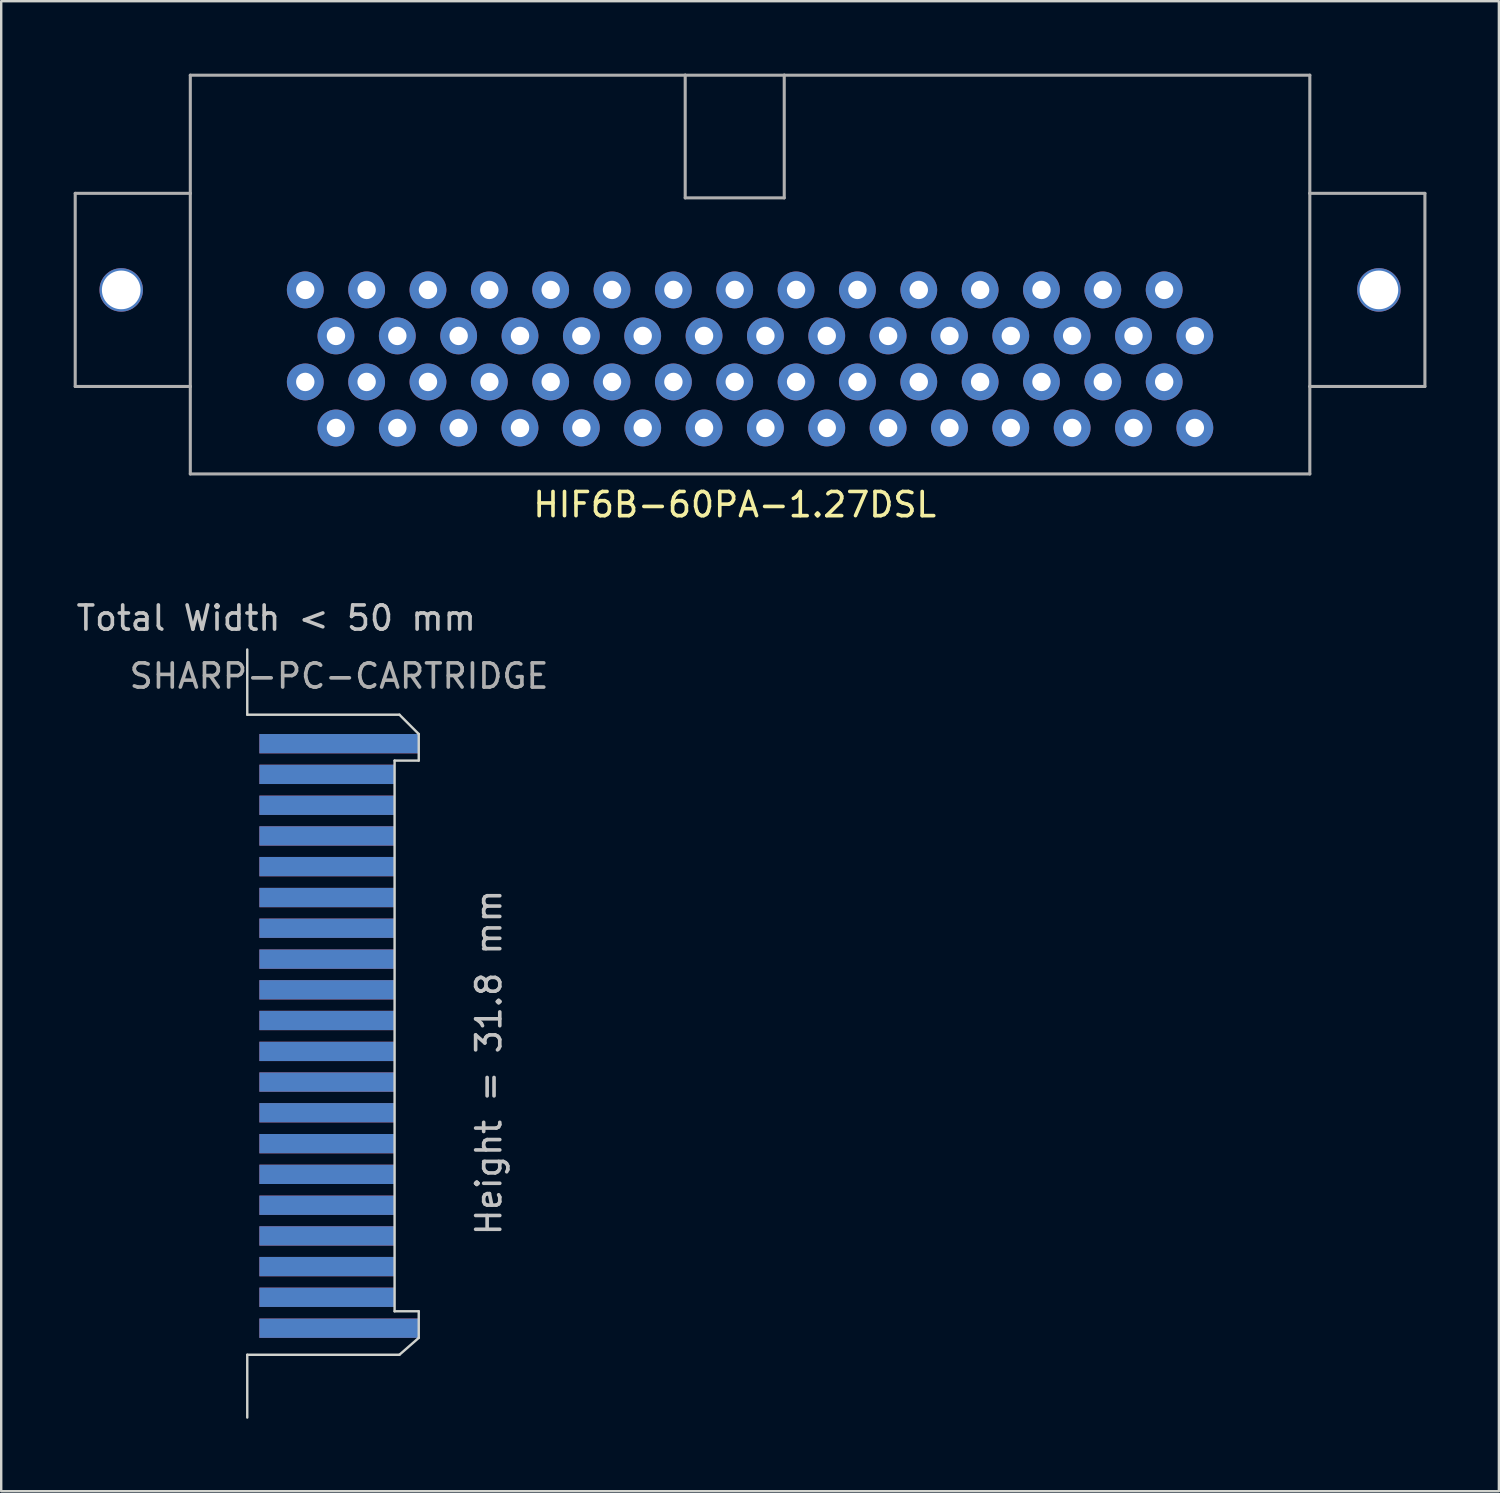
<source format=kicad_pcb>
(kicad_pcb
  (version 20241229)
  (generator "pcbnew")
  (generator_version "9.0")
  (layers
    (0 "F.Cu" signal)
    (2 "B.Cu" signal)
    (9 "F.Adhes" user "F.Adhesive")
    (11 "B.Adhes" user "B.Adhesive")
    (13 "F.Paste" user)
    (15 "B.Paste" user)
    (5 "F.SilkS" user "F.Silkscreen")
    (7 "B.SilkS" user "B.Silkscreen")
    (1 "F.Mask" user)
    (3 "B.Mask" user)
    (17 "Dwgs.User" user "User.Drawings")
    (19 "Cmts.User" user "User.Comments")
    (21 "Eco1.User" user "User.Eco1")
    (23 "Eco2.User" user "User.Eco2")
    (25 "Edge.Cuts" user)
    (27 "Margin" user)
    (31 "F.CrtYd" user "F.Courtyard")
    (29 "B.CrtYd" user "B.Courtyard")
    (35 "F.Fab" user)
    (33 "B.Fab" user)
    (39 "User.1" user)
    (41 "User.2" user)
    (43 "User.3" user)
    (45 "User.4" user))
  (footprint "SHARP-PC-CARTRIDGE"
    (layer "F.Cu")
    (at 7.187 23.84)
    (property "Reference" "SHARP-PC-CARTRIDGE" (at 3.8 1.1 180) (layer "F.Fab") (effects (font (size 1 1) (thickness 0.15))))
    (attr smd)
    (fp_poly (pts (xy 0.5 29.2) (xy 6.3 29.2) (xy 7.1 28.5) (xy 7.1 27.4) (xy 6.1 27.4) (xy 6.1 4.6) (xy 7.1 4.6) (xy 7.1 3.5) (xy 6.3 2.7) (xy 0.5 2.7)) (stroke (width 0.05) (type solid)) (fill yes) (layer "F.Mask"))
    (fp_poly (pts (xy 0.5 29.2) (xy 6.3 29.2) (xy 7.1 28.5) (xy 7.1 27.4) (xy 6.1 27.4) (xy 6.1 4.6) (xy 7.1 4.6) (xy 7.1 3.5) (xy 6.3 2.7) (xy 0.5 2.7)) (stroke (width 0.05) (type solid)) (fill yes) (layer "B.Mask"))
    (fp_line (start 0 0) (end 0 2.7) (stroke (width 0.1) (type solid)) (layer "Edge.Cuts"))
    (fp_line (start 0 2.7) (end 6.3 2.7) (stroke (width 0.1) (type solid)) (layer "Edge.Cuts"))
    (fp_line (start 0 29.2) (end 0 31.8) (stroke (width 0.1) (type solid)) (layer "Edge.Cuts"))
    (fp_line (start 6.1 4.6) (end 6.1 27.4) (stroke (width 0.1) (type solid)) (layer "Edge.Cuts"))
    (fp_line (start 6.1 27.4) (end 7.1 27.4) (stroke (width 0.1) (type solid)) (layer "Edge.Cuts"))
    (fp_line (start 6.3 2.7) (end 7.1 3.5) (stroke (width 0.1) (type solid)) (layer "Edge.Cuts"))
    (fp_line (start 6.3 29.2) (end 0 29.2) (stroke (width 0.1) (type solid)) (layer "Edge.Cuts"))
    (fp_line (start 7.1 3.5) (end 7.1 4.6) (stroke (width 0.1) (type solid)) (layer "Edge.Cuts"))
    (fp_line (start 7.1 4.6) (end 6.1 4.6) (stroke (width 0.1) (type solid)) (layer "Edge.Cuts"))
    (fp_line (start 7.1 27.4) (end 7.1 28.5) (stroke (width 0.1) (type solid)) (layer "Edge.Cuts"))
    (fp_line (start 7.1 28.5) (end 6.3 29.2) (stroke (width 0.1) (type solid)) (layer "Edge.Cuts"))
    (fp_text user "Height = 31.8 mm" (at 10 17.1 270) (layer "Dwgs.User") (effects (font (size 1 1) (thickness 0.15))))
    (fp_text user "Total Width < 50 mm" (at 1.2 -1.3 0) (layer "Dwgs.User") (effects (font (size 1 1) (thickness 0.15))))
    (pad "1" smd rect (at 3.8 28.1 180) (size 6.6 0.8) (layers "F.Cu" "F.Mask" "F.Paste"))
    (pad "2" smd rect (at 3.3 26.82 180) (size 5.6 0.8) (layers "F.Cu" "F.Mask" "F.Paste"))
    (pad "3" smd rect (at 3.3 25.55 180) (size 5.6 0.8) (layers "F.Cu" "F.Mask" "F.Paste"))
    (pad "4" smd rect (at 3.3 24.28 180) (size 5.6 0.8) (layers "F.Cu" "F.Mask" "F.Paste"))
    (pad "5" smd rect (at 3.3 23.01 180) (size 5.6 0.8) (layers "F.Cu" "F.Mask" "F.Paste"))
    (pad "6" smd rect (at 3.3 21.73 180) (size 5.6 0.8) (layers "F.Cu" "F.Mask" "F.Paste"))
    (pad "7" smd rect (at 3.3 20.46 180) (size 5.6 0.8) (layers "F.Cu" "F.Mask" "F.Paste"))
    (pad "8" smd rect (at 3.3 19.18 180) (size 5.6 0.8) (layers "F.Cu" "F.Mask" "F.Paste"))
    (pad "9" smd rect (at 3.3 17.91 180) (size 5.6 0.8) (layers "F.Cu" "F.Mask" "F.Paste"))
    (pad "10" smd rect (at 3.3 16.64 180) (size 5.6 0.8) (layers "F.Cu" "F.Mask" "F.Paste"))
    (pad "11" smd rect (at 3.3 15.36 180) (size 5.6 0.8) (layers "F.Cu" "F.Mask" "F.Paste"))
    (pad "12" smd rect (at 3.3 14.09 180) (size 5.6 0.8) (layers "F.Cu" "F.Mask" "F.Paste"))
    (pad "13" smd rect (at 3.3 12.82 180) (size 5.6 0.8) (layers "F.Cu" "F.Mask" "F.Paste"))
    (pad "14" smd rect (at 3.3 11.54 180) (size 5.6 0.8) (layers "F.Cu" "F.Mask" "F.Paste"))
    (pad "15" smd rect (at 3.3 10.27 180) (size 5.6 0.8) (layers "F.Cu" "F.Mask" "F.Paste"))
    (pad "16" smd rect (at 3.3 8.99 180) (size 5.6 0.8) (layers "F.Cu" "F.Mask" "F.Paste"))
    (pad "17" smd rect (at 3.3 7.72 180) (size 5.6 0.8) (layers "F.Cu" "F.Mask" "F.Paste"))
    (pad "18" smd rect (at 3.3 6.45 180) (size 5.6 0.8) (layers "F.Cu" "F.Mask" "F.Paste"))
    (pad "19" smd rect (at 3.3 5.17 180) (size 5.6 0.8) (layers "F.Cu" "F.Mask" "F.Paste"))
    (pad "20" smd rect (at 3.8 3.9 180) (size 6.6 0.8) (layers "F.Cu" "F.Mask" "F.Paste"))
    (pad "21" smd rect (at 3.8 28.1 180) (size 6.6 0.8) (layers "B.Cu" "B.Mask" "B.Paste"))
    (pad "22" smd rect (at 3.3 26.82 180) (size 5.6 0.8) (layers "B.Cu" "B.Mask" "B.Paste"))
    (pad "23" smd rect (at 3.3 25.55 180) (size 5.6 0.8) (layers "B.Cu" "B.Mask" "B.Paste"))
    (pad "24" smd rect (at 3.3 24.28 180) (size 5.6 0.8) (layers "B.Cu" "B.Mask" "B.Paste"))
    (pad "25" smd rect (at 3.3 23.01 180) (size 5.6 0.8) (layers "B.Cu" "B.Mask" "B.Paste"))
    (pad "26" smd rect (at 3.3 21.73 180) (size 5.6 0.8) (layers "B.Cu" "B.Mask" "B.Paste"))
    (pad "27" smd rect (at 3.3 20.46 180) (size 5.6 0.8) (layers "B.Cu" "B.Mask" "B.Paste"))
    (pad "28" smd rect (at 3.3 19.18 180) (size 5.6 0.8) (layers "B.Cu" "B.Mask" "B.Paste"))
    (pad "29" smd rect (at 3.3 17.91 180) (size 5.6 0.8) (layers "B.Cu" "B.Mask" "B.Paste"))
    (pad "30" smd rect (at 3.3 16.64 180) (size 5.6 0.8) (layers "B.Cu" "B.Mask" "B.Paste"))
    (pad "31" smd rect (at 3.3 15.36 180) (size 5.6 0.8) (layers "B.Cu" "B.Mask" "B.Paste"))
    (pad "32" smd rect (at 3.3 14.09 180) (size 5.6 0.8) (layers "B.Cu" "B.Mask" "B.Paste"))
    (pad "33" smd rect (at 3.3 12.82 180) (size 5.6 0.8) (layers "B.Cu" "B.Mask" "B.Paste"))
    (pad "34" smd rect (at 3.3 11.54 180) (size 5.6 0.8) (layers "B.Cu" "B.Mask" "B.Paste"))
    (pad "35" smd rect (at 3.3 10.27 180) (size 5.6 0.8) (layers "B.Cu" "B.Mask" "B.Paste"))
    (pad "36" smd rect (at 3.3 8.99 180) (size 5.6 0.8) (layers "B.Cu" "B.Mask" "B.Paste"))
    (pad "37" smd rect (at 3.3 7.72 180) (size 5.6 0.8) (layers "B.Cu" "B.Mask" "B.Paste"))
    (pad "38" smd rect (at 3.3 6.45 180) (size 5.6 0.8) (layers "B.Cu" "B.Mask" "B.Paste"))
    (pad "39" smd rect (at 3.3 5.17 180) (size 5.6 0.8) (layers "B.Cu" "B.Mask" "B.Paste"))
    (pad "40" smd rect (at 3.8 3.9 180) (size 6.6 0.8) (layers "B.Cu" "B.Mask" "B.Paste")))
  (footprint "HIF6B-60PA-1.27DSL"
    (layer "F.Cu")
    (at 27.369 11.493)
    (property "Reference" "HIF6B-60PA-1.27DSL" (at 0 6.35 0) (layer "F.SilkS") (effects (font (size 1 1) (thickness 0.15))))
    (attr exclude_from_pos_files exclude_from_bom)
    (fp_line (start -27.305 -6.538) (end -22.54 -6.538) (stroke (width 0.127) (type solid)) (layer "F.Fab"))
    (fp_line (start -27.305 1.458) (end -27.305 -6.538) (stroke (width 0.127) (type solid)) (layer "F.Fab"))
    (fp_line (start -22.54 -11.43) (end -22.54 -6.538) (stroke (width 0.127) (type solid)) (layer "F.Fab"))
    (fp_line (start -22.54 -6.538) (end -22.54 1.458) (stroke (width 0.127) (type solid)) (layer "F.Fab"))
    (fp_line (start -22.54 1.458) (end -27.305 1.458) (stroke (width 0.127) (type solid)) (layer "F.Fab"))
    (fp_line (start -22.54 1.458) (end -22.54 5.08) (stroke (width 0.127) (type solid)) (layer "F.Fab"))
    (fp_line (start -22.54 5.08) (end 23.81 5.08) (stroke (width 0.127) (type solid)) (layer "F.Fab"))
    (fp_line (start -2.05 -11.43) (end -22.54 -11.43) (stroke (width 0.127) (type solid)) (layer "F.Fab"))
    (fp_line (start -2.05 -11.43) (end -2.05 -6.35) (stroke (width 0.127) (type solid)) (layer "F.Fab"))
    (fp_line (start -2.05 -6.35) (end 2.05 -6.35) (stroke (width 0.127) (type solid)) (layer "F.Fab"))
    (fp_line (start 2.05 -11.43) (end -2.05 -11.43) (stroke (width 0.127) (type solid)) (layer "F.Fab"))
    (fp_line (start 2.05 -6.35) (end 2.05 -11.43) (stroke (width 0.127) (type solid)) (layer "F.Fab"))
    (fp_line (start 23.81 -11.43) (end 2.05 -11.43) (stroke (width 0.127) (type solid)) (layer "F.Fab"))
    (fp_line (start 23.81 -6.538) (end 23.81 -11.43) (stroke (width 0.127) (type solid)) (layer "F.Fab"))
    (fp_line (start 23.81 -6.538) (end 28.575 -6.538) (stroke (width 0.127) (type solid)) (layer "F.Fab"))
    (fp_line (start 23.81 1.458) (end 23.81 -6.538) (stroke (width 0.127) (type solid)) (layer "F.Fab"))
    (fp_line (start 23.81 5.08) (end 23.81 1.458) (stroke (width 0.127) (type solid)) (layer "F.Fab"))
    (fp_line (start 28.575 -6.538) (end 28.575 1.458) (stroke (width 0.127) (type solid)) (layer "F.Fab"))
    (fp_line (start 28.575 1.458) (end 23.81 1.458) (stroke (width 0.127) (type solid)) (layer "F.Fab"))
    (pad "" np_thru_hole circle (at -25.4 -2.54) (size 1.8 1.8) (drill 1.6) (layers "*.Cu" "*.Mask"))
    (pad "" np_thru_hole circle (at 26.67 -2.54) (size 1.8 1.8) (drill 1.6) (layers "*.Cu" "*.Mask"))
    (pad "1" thru_hole circle (at 19.05 3.175) (size 1.524 1.524) (drill 0.762) (layers "*.Cu" "*.Mask"))
    (pad "2" thru_hole circle (at 17.78 1.27) (size 1.524 1.524) (drill 0.762) (layers "*.Cu" "*.Mask"))
    (pad "3" thru_hole circle (at 16.51 3.175) (size 1.524 1.524) (drill 0.762) (layers "*.Cu" "*.Mask"))
    (pad "4" thru_hole circle (at 15.24 1.27) (size 1.524 1.524) (drill 0.762) (layers "*.Cu" "*.Mask"))
    (pad "5" thru_hole circle (at 13.97 3.175) (size 1.524 1.524) (drill 0.762) (layers "*.Cu" "*.Mask"))
    (pad "6" thru_hole circle (at 12.7 1.27) (size 1.524 1.524) (drill 0.762) (layers "*.Cu" "*.Mask"))
    (pad "7" thru_hole circle (at 11.43 3.175) (size 1.524 1.524) (drill 0.762) (layers "*.Cu" "*.Mask"))
    (pad "8" thru_hole circle (at 10.16 1.27) (size 1.524 1.524) (drill 0.762) (layers "*.Cu" "*.Mask"))
    (pad "9" thru_hole circle (at 8.89 3.175) (size 1.524 1.524) (drill 0.762) (layers "*.Cu" "*.Mask"))
    (pad "10" thru_hole circle (at 7.62 1.27) (size 1.524 1.524) (drill 0.762) (layers "*.Cu" "*.Mask"))
    (pad "11" thru_hole circle (at 6.35 3.175) (size 1.524 1.524) (drill 0.762) (layers "*.Cu" "*.Mask"))
    (pad "12" thru_hole circle (at 5.08 1.27) (size 1.524 1.524) (drill 0.762) (layers "*.Cu" "*.Mask"))
    (pad "13" thru_hole circle (at 3.81 3.175) (size 1.524 1.524) (drill 0.762) (layers "*.Cu" "*.Mask"))
    (pad "14" thru_hole circle (at 2.54 1.27) (size 1.524 1.524) (drill 0.762) (layers "*.Cu" "*.Mask"))
    (pad "15" thru_hole circle (at 1.27 3.175) (size 1.524 1.524) (drill 0.762) (layers "*.Cu" "*.Mask"))
    (pad "16" thru_hole circle (at 0 1.27) (size 1.524 1.524) (drill 0.762) (layers "*.Cu" "*.Mask"))
    (pad "17" thru_hole circle (at -1.27 3.175) (size 1.524 1.524) (drill 0.762) (layers "*.Cu" "*.Mask"))
    (pad "18" thru_hole circle (at -2.54 1.27) (size 1.524 1.524) (drill 0.762) (layers "*.Cu" "*.Mask"))
    (pad "19" thru_hole circle (at -3.81 3.175) (size 1.524 1.524) (drill 0.762) (layers "*.Cu" "*.Mask"))
    (pad "20" thru_hole circle (at -5.08 1.27) (size 1.524 1.524) (drill 0.762) (layers "*.Cu" "*.Mask"))
    (pad "21" thru_hole circle (at -6.35 3.175) (size 1.524 1.524) (drill 0.762) (layers "*.Cu" "*.Mask"))
    (pad "22" thru_hole circle (at -7.62 1.27) (size 1.524 1.524) (drill 0.762) (layers "*.Cu" "*.Mask"))
    (pad "23" thru_hole circle (at -8.89 3.175) (size 1.524 1.524) (drill 0.762) (layers "*.Cu" "*.Mask"))
    (pad "24" thru_hole circle (at -10.16 1.27) (size 1.524 1.524) (drill 0.762) (layers "*.Cu" "*.Mask"))
    (pad "25" thru_hole circle (at -11.43 3.175) (size 1.524 1.524) (drill 0.762) (layers "*.Cu" "*.Mask"))
    (pad "26" thru_hole circle (at -12.7 1.27) (size 1.524 1.524) (drill 0.762) (layers "*.Cu" "*.Mask"))
    (pad "27" thru_hole circle (at -13.97 3.175) (size 1.524 1.524) (drill 0.762) (layers "*.Cu" "*.Mask"))
    (pad "28" thru_hole circle (at -15.24 1.27) (size 1.524 1.524) (drill 0.762) (layers "*.Cu" "*.Mask"))
    (pad "29" thru_hole circle (at -16.51 3.175) (size 1.524 1.524) (drill 0.762) (layers "*.Cu" "*.Mask"))
    (pad "30" thru_hole circle (at -17.78 1.27) (size 1.524 1.524) (drill 0.762) (layers "*.Cu" "*.Mask"))
    (pad "31" thru_hole circle (at 19.05 -0.635) (size 1.524 1.524) (drill 0.762) (layers "*.Cu" "*.Mask"))
    (pad "32" thru_hole circle (at 17.78 -2.54) (size 1.524 1.524) (drill 0.762) (layers "*.Cu" "*.Mask"))
    (pad "33" thru_hole circle (at 16.51 -0.635) (size 1.524 1.524) (drill 0.762) (layers "*.Cu" "*.Mask"))
    (pad "34" thru_hole circle (at 15.24 -2.54) (size 1.524 1.524) (drill 0.762) (layers "*.Cu" "*.Mask"))
    (pad "35" thru_hole circle (at 13.97 -0.635) (size 1.524 1.524) (drill 0.762) (layers "*.Cu" "*.Mask"))
    (pad "36" thru_hole circle (at 12.7 -2.54) (size 1.524 1.524) (drill 0.762) (layers "*.Cu" "*.Mask"))
    (pad "37" thru_hole circle (at 11.43 -0.635) (size 1.524 1.524) (drill 0.762) (layers "*.Cu" "*.Mask"))
    (pad "38" thru_hole circle (at 10.16 -2.54) (size 1.524 1.524) (drill 0.762) (layers "*.Cu" "*.Mask"))
    (pad "39" thru_hole circle (at 8.89 -0.635) (size 1.524 1.524) (drill 0.762) (layers "*.Cu" "*.Mask"))
    (pad "40" thru_hole circle (at 7.62 -2.54) (size 1.524 1.524) (drill 0.762) (layers "*.Cu" "*.Mask"))
    (pad "41" thru_hole circle (at 6.35 -0.635) (size 1.524 1.524) (drill 0.762) (layers "*.Cu" "*.Mask"))
    (pad "42" thru_hole circle (at 5.08 -2.54) (size 1.524 1.524) (drill 0.762) (layers "*.Cu" "*.Mask"))
    (pad "43" thru_hole circle (at 3.81 -0.635) (size 1.524 1.524) (drill 0.762) (layers "*.Cu" "*.Mask"))
    (pad "44" thru_hole circle (at 2.54 -2.54) (size 1.524 1.524) (drill 0.762) (layers "*.Cu" "*.Mask"))
    (pad "45" thru_hole circle (at 1.27 -0.635) (size 1.524 1.524) (drill 0.762) (layers "*.Cu" "*.Mask"))
    (pad "46" thru_hole circle (at 0 -2.54) (size 1.524 1.524) (drill 0.762) (layers "*.Cu" "*.Mask"))
    (pad "47" thru_hole circle (at -1.27 -0.635) (size 1.524 1.524) (drill 0.762) (layers "*.Cu" "*.Mask"))
    (pad "48" thru_hole circle (at -2.54 -2.54) (size 1.524 1.524) (drill 0.762) (layers "*.Cu" "*.Mask"))
    (pad "49" thru_hole circle (at -3.81 -0.635) (size 1.524 1.524) (drill 0.762) (layers "*.Cu" "*.Mask"))
    (pad "50" thru_hole circle (at -5.08 -2.54) (size 1.524 1.524) (drill 0.762) (layers "*.Cu" "*.Mask"))
    (pad "51" thru_hole circle (at -6.35 -0.635) (size 1.524 1.524) (drill 0.762) (layers "*.Cu" "*.Mask"))
    (pad "52" thru_hole circle (at -7.62 -2.54) (size 1.524 1.524) (drill 0.762) (layers "*.Cu" "*.Mask"))
    (pad "53" thru_hole circle (at -8.89 -0.635) (size 1.524 1.524) (drill 0.762) (layers "*.Cu" "*.Mask"))
    (pad "54" thru_hole circle (at -10.16 -2.54) (size 1.524 1.524) (drill 0.762) (layers "*.Cu" "*.Mask"))
    (pad "55" thru_hole circle (at -11.43 -0.635) (size 1.524 1.524) (drill 0.762) (layers "*.Cu" "*.Mask"))
    (pad "56" thru_hole circle (at -12.7 -2.54) (size 1.524 1.524) (drill 0.762) (layers "*.Cu" "*.Mask"))
    (pad "57" thru_hole circle (at -13.97 -0.635) (size 1.524 1.524) (drill 0.762) (layers "*.Cu" "*.Mask"))
    (pad "58" thru_hole circle (at -15.24 -2.54) (size 1.524 1.524) (drill 0.762) (layers "*.Cu" "*.Mask"))
    (pad "59" thru_hole circle (at -16.51 -0.635) (size 1.524 1.524) (drill 0.762) (layers "*.Cu" "*.Mask"))
    (pad "60" thru_hole circle (at -17.78 -2.54) (size 1.524 1.524) (drill 0.762) (layers "*.Cu" "*.Mask")))
  (gr_rect
    (start -3 -3)
    (end 59.007 58.69)
    (stroke (width 0.1) (type default))
    (fill no)
    (layer "Edge.Cuts")))
</source>
